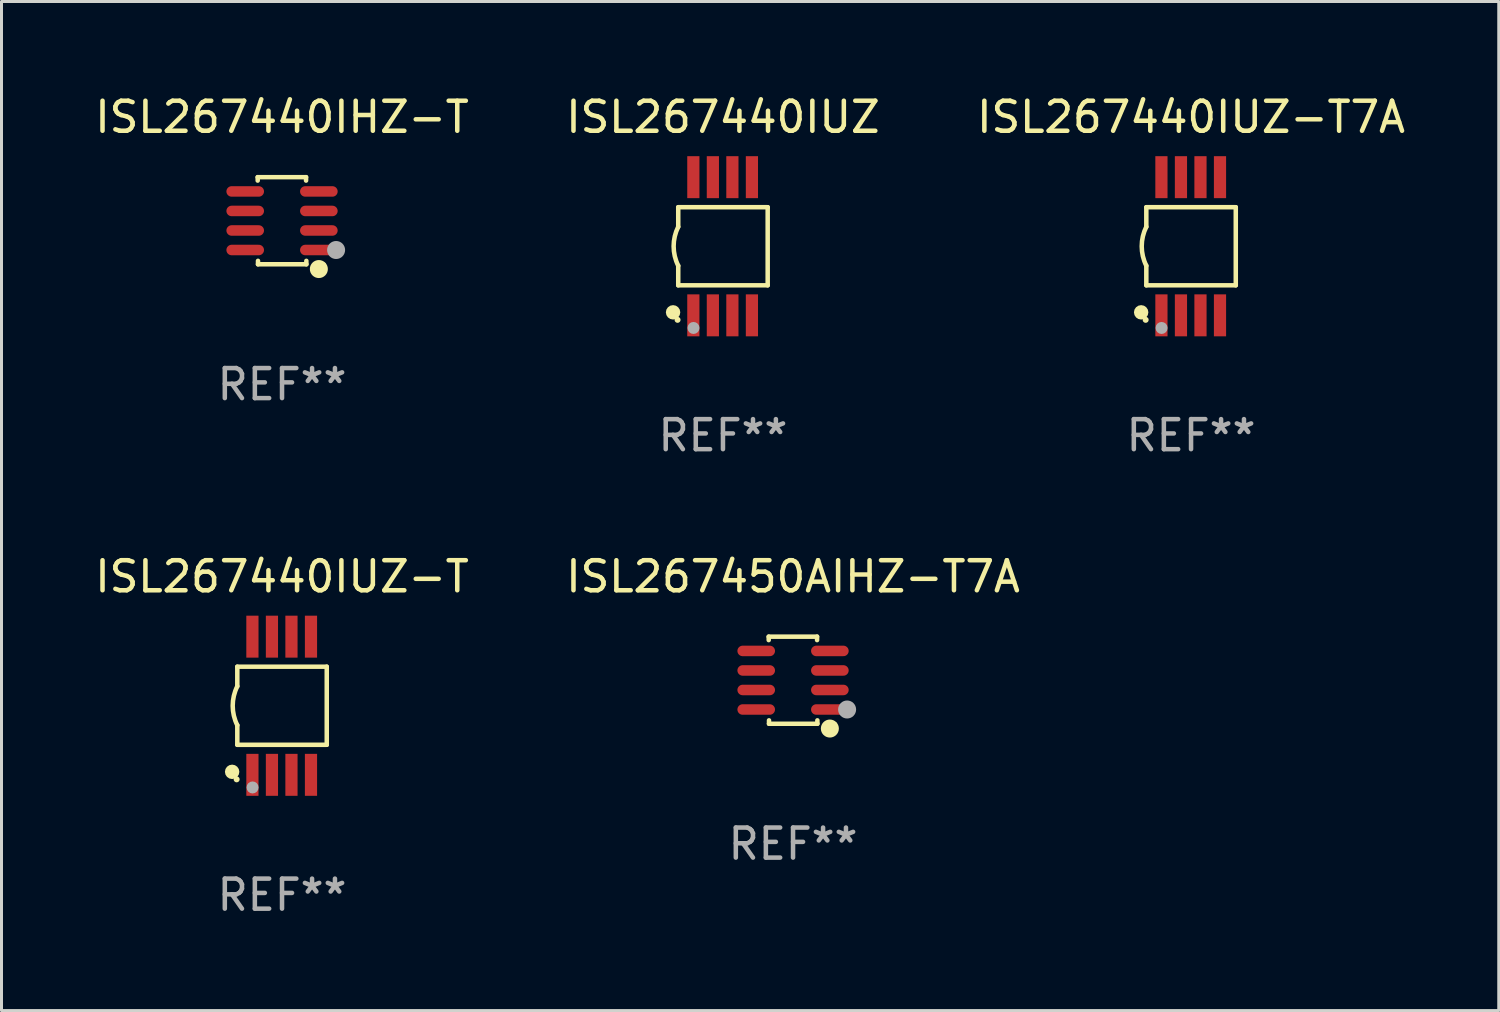
<source format=kicad_pcb>
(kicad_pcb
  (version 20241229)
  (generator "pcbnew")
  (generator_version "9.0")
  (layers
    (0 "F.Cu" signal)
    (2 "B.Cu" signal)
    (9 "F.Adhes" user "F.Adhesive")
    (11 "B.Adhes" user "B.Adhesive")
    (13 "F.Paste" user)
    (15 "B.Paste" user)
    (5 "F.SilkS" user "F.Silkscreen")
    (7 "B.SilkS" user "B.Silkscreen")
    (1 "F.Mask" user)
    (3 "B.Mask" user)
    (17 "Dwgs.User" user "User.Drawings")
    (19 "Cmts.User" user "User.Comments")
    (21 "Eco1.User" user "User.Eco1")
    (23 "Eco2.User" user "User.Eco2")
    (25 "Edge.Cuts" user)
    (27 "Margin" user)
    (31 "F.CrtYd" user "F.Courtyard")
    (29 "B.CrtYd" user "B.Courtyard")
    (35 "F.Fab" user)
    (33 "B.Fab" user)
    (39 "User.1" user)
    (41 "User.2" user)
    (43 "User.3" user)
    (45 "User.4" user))
  (footprint "ISL267440IUZ-T7A"
    (layer "F.Cu")
    (at 36.601 5.148)
    (property "Reference" "ISL267440IUZ-T7A" (at 0 -4.3 0) (layer "F.SilkS") (effects (font (size 1 1) (thickness 0.15))))
    (attr through_hole)
    (fp_line (start -1.489 -1.3) (end -1.489 -0.648) (stroke (width 0.15) (type solid)) (layer "F.SilkS"))
    (fp_line (start -1.489 0.648) (end -1.489 1.3) (stroke (width 0.15) (type solid)) (layer "F.SilkS"))
    (fp_line (start -1.489 1.3) (end 1.489 1.3) (stroke (width 0.15) (type solid)) (layer "F.SilkS"))
    (fp_line (start 1.489 -1.3) (end -1.489 -1.3) (stroke (width 0.15) (type solid)) (layer "F.SilkS"))
    (fp_line (start 1.489 1.3) (end 1.489 -1.3) (stroke (width 0.15) (type solid)) (layer "F.SilkS"))
    (fp_arc (start -1.489205 0.647702) (mid -1.642107 0) (end -1.489205 -0.647701) (stroke (width 0.150013) (type solid)) (layer "F.SilkS"))
    (fp_circle (center -1.661 2.2) (end -1.541 2.2) (stroke (width 0.24) (type solid)) (fill no) (layer "F.SilkS"))
    (fp_circle (center -1.511 2.45) (end -1.461 2.45) (stroke (width 0.1) (type solid)) (fill no) (layer "F.SilkS"))
    (fp_circle (center -0.981 2.72) (end -0.881 2.72) (stroke (width 0.2) (type solid)) (fill no) (layer "F.Fab"))
    (fp_text user "REF**" (at 0 6.3 0) (layer "F.Fab") (effects (font (size 1 1) (thickness 0.15))))
    (pad "1" smd rect (at -0.986 2.3) (size 0.406 1.397) (layers "F.Cu" "F.Mask" "F.Paste"))
    (pad "2" smd rect (at -0.336 2.3) (size 0.406 1.397) (layers "F.Cu" "F.Mask" "F.Paste"))
    (pad "3" smd rect (at 0.314 2.3) (size 0.406 1.397) (layers "F.Cu" "F.Mask" "F.Paste"))
    (pad "4" smd rect (at 0.964 2.3) (size 0.406 1.397) (layers "F.Cu" "F.Mask" "F.Paste"))
    (pad "5" smd rect (at 0.964 -2.3) (size 0.406 1.397) (layers "F.Cu" "F.Mask" "F.Paste"))
    (pad "6" smd rect (at 0.314 -2.3) (size 0.406 1.397) (layers "F.Cu" "F.Mask" "F.Paste"))
    (pad "7" smd rect (at -0.336 -2.3) (size 0.406 1.397) (layers "F.Cu" "F.Mask" "F.Paste"))
    (pad "8" smd rect (at -0.986 -2.3) (size 0.406 1.397) (layers "F.Cu" "F.Mask" "F.Paste")))
  (footprint "ISL267440IUZ"
    (layer "F.Cu")
    (at 21.018 5.148)
    (property "Reference" "ISL267440IUZ" (at 0 -4.3 0) (layer "F.SilkS") (effects (font (size 1 1) (thickness 0.15))))
    (attr through_hole)
    (fp_line (start -1.489 -1.3) (end -1.489 -0.648) (stroke (width 0.15) (type solid)) (layer "F.SilkS"))
    (fp_line (start -1.489 0.648) (end -1.489 1.3) (stroke (width 0.15) (type solid)) (layer "F.SilkS"))
    (fp_line (start -1.489 1.3) (end 1.489 1.3) (stroke (width 0.15) (type solid)) (layer "F.SilkS"))
    (fp_line (start 1.489 -1.3) (end -1.489 -1.3) (stroke (width 0.15) (type solid)) (layer "F.SilkS"))
    (fp_line (start 1.489 1.3) (end 1.489 -1.3) (stroke (width 0.15) (type solid)) (layer "F.SilkS"))
    (fp_arc (start -1.489205 0.647702) (mid -1.642107 0) (end -1.489205 -0.647701) (stroke (width 0.150013) (type solid)) (layer "F.SilkS"))
    (fp_circle (center -1.661 2.2) (end -1.541 2.2) (stroke (width 0.24) (type solid)) (fill no) (layer "F.SilkS"))
    (fp_circle (center -1.511 2.45) (end -1.461 2.45) (stroke (width 0.1) (type solid)) (fill no) (layer "F.SilkS"))
    (fp_circle (center -0.981 2.72) (end -0.881 2.72) (stroke (width 0.2) (type solid)) (fill no) (layer "F.Fab"))
    (fp_text user "REF**" (at 0 6.3 0) (layer "F.Fab") (effects (font (size 1 1) (thickness 0.15))))
    (pad "1" smd rect (at -0.986 2.3) (size 0.406 1.397) (layers "F.Cu" "F.Mask" "F.Paste"))
    (pad "2" smd rect (at -0.336 2.3) (size 0.406 1.397) (layers "F.Cu" "F.Mask" "F.Paste"))
    (pad "3" smd rect (at 0.314 2.3) (size 0.406 1.397) (layers "F.Cu" "F.Mask" "F.Paste"))
    (pad "4" smd rect (at 0.964 2.3) (size 0.406 1.397) (layers "F.Cu" "F.Mask" "F.Paste"))
    (pad "5" smd rect (at 0.964 -2.3) (size 0.406 1.397) (layers "F.Cu" "F.Mask" "F.Paste"))
    (pad "6" smd rect (at 0.314 -2.3) (size 0.406 1.397) (layers "F.Cu" "F.Mask" "F.Paste"))
    (pad "7" smd rect (at -0.336 -2.3) (size 0.406 1.397) (layers "F.Cu" "F.Mask" "F.Paste"))
    (pad "8" smd rect (at -0.986 -2.3) (size 0.406 1.397) (layers "F.Cu" "F.Mask" "F.Paste")))
  (footprint "ISL267440IHZ-T"
    (layer "F.Cu")
    (at 6.339 4.298)
    (property "Reference" "ISL267440IHZ-T" (at 0 -3.45 0) (layer "F.SilkS") (effects (font (size 1 1) (thickness 0.15))))
    (attr through_hole)
    (fp_line (start -0.81 -1.45) (end 0.8 -1.45) (stroke (width 0.15) (type solid)) (layer "F.SilkS"))
    (fp_line (start -0.81 -1.336) (end -0.81 -1.45) (stroke (width 0.15) (type solid)) (layer "F.SilkS"))
    (fp_line (start -0.8 1.45) (end -0.8 1.336) (stroke (width 0.15) (type solid)) (layer "F.SilkS"))
    (fp_line (start 0.8 -1.45) (end 0.8 -1.336) (stroke (width 0.15) (type solid)) (layer "F.SilkS"))
    (fp_line (start 0.81 1.336) (end 0.81 1.45) (stroke (width 0.15) (type solid)) (layer "F.SilkS"))
    (fp_line (start 0.81 1.45) (end -0.8 1.45) (stroke (width 0.15) (type solid)) (layer "F.SilkS"))
    (fp_circle (center 1.226 1.609) (end 1.376 1.609) (stroke (width 0.3) (type solid)) (fill no) (layer "F.SilkS"))
    (fp_circle (center 1.4 1.45) (end 1.43 1.45) (stroke (width 0.06) (type solid)) (fill no) (layer "F.SilkS"))
    (fp_circle (center 1.8 0.975) (end 1.95 0.975) (stroke (width 0.3) (type solid)) (fill no) (layer "F.Fab"))
    (fp_text user "REF**" (at 0 5.45 0) (layer "F.Fab") (effects (font (size 1 1) (thickness 0.15))))
    (pad "1" smd oval (at 1.226 0.975) (size 1.252 0.35) (layers "F.Cu" "F.Mask" "F.Paste"))
    (pad "2" smd oval (at 1.226 0.325) (size 1.252 0.35) (layers "F.Cu" "F.Mask" "F.Paste"))
    (pad "3" smd oval (at 1.226 -0.325) (size 1.252 0.35) (layers "F.Cu" "F.Mask" "F.Paste"))
    (pad "4" smd oval (at 1.226 -0.975) (size 1.252 0.35) (layers "F.Cu" "F.Mask" "F.Paste"))
    (pad "5" smd oval (at -1.226 -0.975) (size 1.252 0.35) (layers "F.Cu" "F.Mask" "F.Paste"))
    (pad "6" smd oval (at -1.226 -0.325) (size 1.252 0.35) (layers "F.Cu" "F.Mask" "F.Paste"))
    (pad "7" smd oval (at -1.226 0.325) (size 1.252 0.35) (layers "F.Cu" "F.Mask" "F.Paste"))
    (pad "8" smd oval (at -1.226 0.975) (size 1.252 0.35) (layers "F.Cu" "F.Mask" "F.Paste")))
  (footprint "ISL267440IUZ-T"
    (layer "F.Cu")
    (at 6.339 20.445)
    (property "Reference" "ISL267440IUZ-T" (at 0 -4.3 0) (layer "F.SilkS") (effects (font (size 1 1) (thickness 0.15))))
    (attr through_hole)
    (fp_line (start -1.489 -1.3) (end -1.489 -0.648) (stroke (width 0.15) (type solid)) (layer "F.SilkS"))
    (fp_line (start -1.489 0.648) (end -1.489 1.3) (stroke (width 0.15) (type solid)) (layer "F.SilkS"))
    (fp_line (start -1.489 1.3) (end 1.489 1.3) (stroke (width 0.15) (type solid)) (layer "F.SilkS"))
    (fp_line (start 1.489 -1.3) (end -1.489 -1.3) (stroke (width 0.15) (type solid)) (layer "F.SilkS"))
    (fp_line (start 1.489 1.3) (end 1.489 -1.3) (stroke (width 0.15) (type solid)) (layer "F.SilkS"))
    (fp_arc (start -1.489205 0.647702) (mid -1.642107 0) (end -1.489205 -0.647701) (stroke (width 0.150013) (type solid)) (layer "F.SilkS"))
    (fp_circle (center -1.661 2.2) (end -1.541 2.2) (stroke (width 0.24) (type solid)) (fill no) (layer "F.SilkS"))
    (fp_circle (center -1.511 2.45) (end -1.461 2.45) (stroke (width 0.1) (type solid)) (fill no) (layer "F.SilkS"))
    (fp_circle (center -0.981 2.72) (end -0.881 2.72) (stroke (width 0.2) (type solid)) (fill no) (layer "F.Fab"))
    (fp_text user "REF**" (at 0 6.3 0) (layer "F.Fab") (effects (font (size 1 1) (thickness 0.15))))
    (pad "1" smd rect (at -0.986 2.3) (size 0.406 1.397) (layers "F.Cu" "F.Mask" "F.Paste"))
    (pad "2" smd rect (at -0.336 2.3) (size 0.406 1.397) (layers "F.Cu" "F.Mask" "F.Paste"))
    (pad "3" smd rect (at 0.314 2.3) (size 0.406 1.397) (layers "F.Cu" "F.Mask" "F.Paste"))
    (pad "4" smd rect (at 0.964 2.3) (size 0.406 1.397) (layers "F.Cu" "F.Mask" "F.Paste"))
    (pad "5" smd rect (at 0.964 -2.3) (size 0.406 1.397) (layers "F.Cu" "F.Mask" "F.Paste"))
    (pad "6" smd rect (at 0.314 -2.3) (size 0.406 1.397) (layers "F.Cu" "F.Mask" "F.Paste"))
    (pad "7" smd rect (at -0.336 -2.3) (size 0.406 1.397) (layers "F.Cu" "F.Mask" "F.Paste"))
    (pad "8" smd rect (at -0.986 -2.3) (size 0.406 1.397) (layers "F.Cu" "F.Mask" "F.Paste")))
  (footprint "ISL267450AIHZ-T7A"
    (layer "F.Cu")
    (at 23.351 19.595)
    (property "Reference" "ISL267450AIHZ-T7A" (at 0 -3.45 0) (layer "F.SilkS") (effects (font (size 1 1) (thickness 0.15))))
    (attr through_hole)
    (fp_line (start -0.81 -1.45) (end 0.8 -1.45) (stroke (width 0.15) (type solid)) (layer "F.SilkS"))
    (fp_line (start -0.81 -1.336) (end -0.81 -1.45) (stroke (width 0.15) (type solid)) (layer "F.SilkS"))
    (fp_line (start -0.8 1.45) (end -0.8 1.336) (stroke (width 0.15) (type solid)) (layer "F.SilkS"))
    (fp_line (start 0.8 -1.45) (end 0.8 -1.336) (stroke (width 0.15) (type solid)) (layer "F.SilkS"))
    (fp_line (start 0.81 1.336) (end 0.81 1.45) (stroke (width 0.15) (type solid)) (layer "F.SilkS"))
    (fp_line (start 0.81 1.45) (end -0.8 1.45) (stroke (width 0.15) (type solid)) (layer "F.SilkS"))
    (fp_circle (center 1.226 1.609) (end 1.376 1.609) (stroke (width 0.3) (type solid)) (fill no) (layer "F.SilkS"))
    (fp_circle (center 1.4 1.45) (end 1.43 1.45) (stroke (width 0.06) (type solid)) (fill no) (layer "F.SilkS"))
    (fp_circle (center 1.8 0.975) (end 1.95 0.975) (stroke (width 0.3) (type solid)) (fill no) (layer "F.Fab"))
    (fp_text user "REF**" (at 0 5.45 0) (layer "F.Fab") (effects (font (size 1 1) (thickness 0.15))))
    (pad "1" smd oval (at 1.226 0.975) (size 1.252 0.35) (layers "F.Cu" "F.Mask" "F.Paste"))
    (pad "2" smd oval (at 1.226 0.325) (size 1.252 0.35) (layers "F.Cu" "F.Mask" "F.Paste"))
    (pad "3" smd oval (at 1.226 -0.325) (size 1.252 0.35) (layers "F.Cu" "F.Mask" "F.Paste"))
    (pad "4" smd oval (at 1.226 -0.975) (size 1.252 0.35) (layers "F.Cu" "F.Mask" "F.Paste"))
    (pad "5" smd oval (at -1.226 -0.975) (size 1.252 0.35) (layers "F.Cu" "F.Mask" "F.Paste"))
    (pad "6" smd oval (at -1.226 -0.325) (size 1.252 0.35) (layers "F.Cu" "F.Mask" "F.Paste"))
    (pad "7" smd oval (at -1.226 0.325) (size 1.252 0.35) (layers "F.Cu" "F.Mask" "F.Paste"))
    (pad "8" smd oval (at -1.226 0.975) (size 1.252 0.35) (layers "F.Cu" "F.Mask" "F.Paste")))
  (gr_rect
    (start -3 -3)
    (end 46.845 30.593)
    (stroke (width 0.1) (type default))
    (fill no)
    (layer "Edge.Cuts")))
</source>
